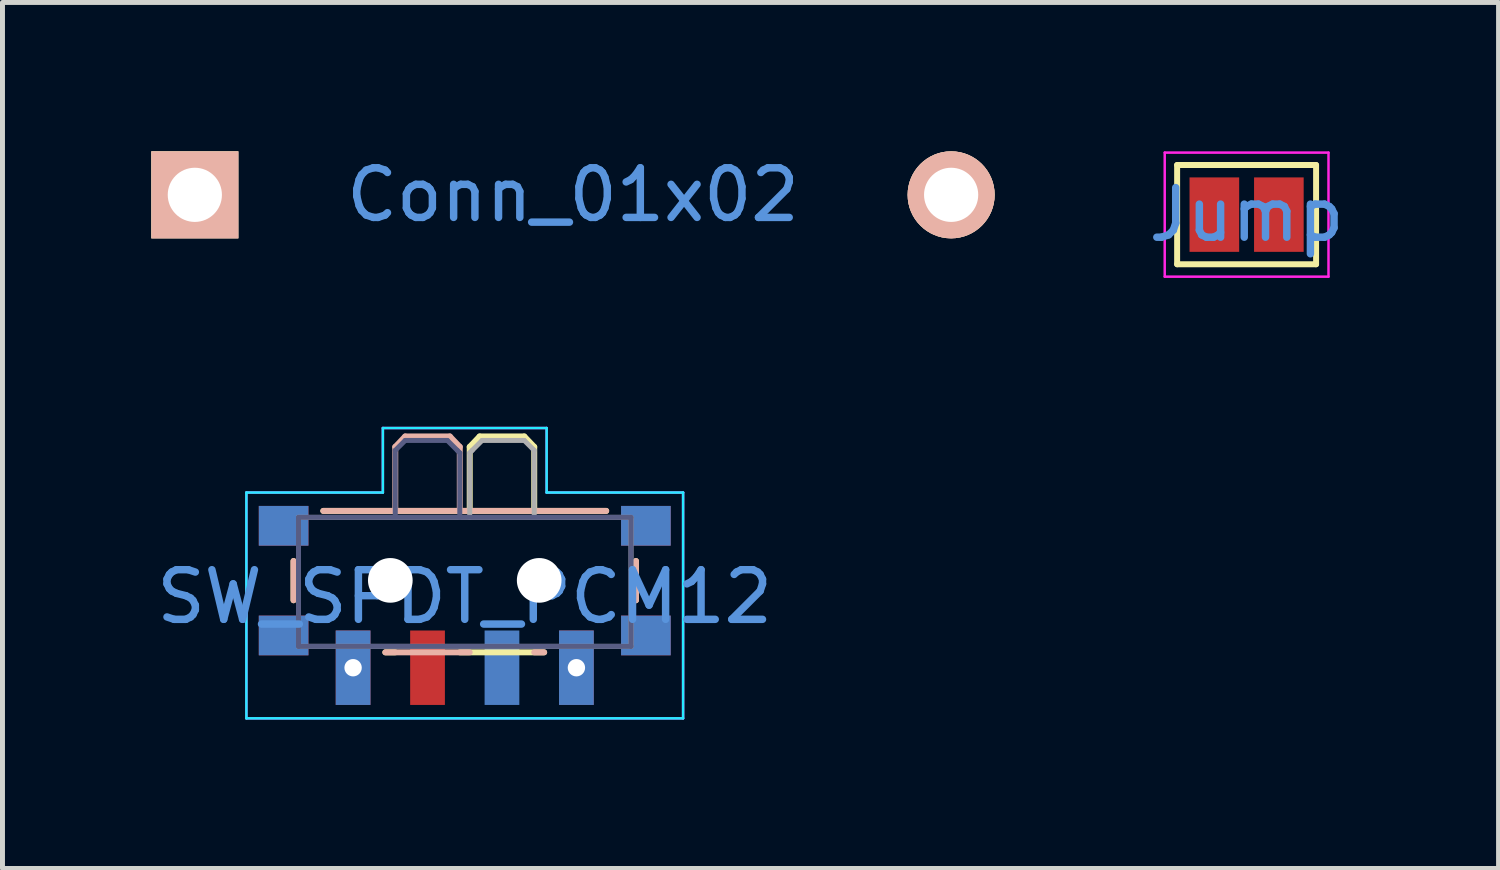
<source format=kicad_pcb>
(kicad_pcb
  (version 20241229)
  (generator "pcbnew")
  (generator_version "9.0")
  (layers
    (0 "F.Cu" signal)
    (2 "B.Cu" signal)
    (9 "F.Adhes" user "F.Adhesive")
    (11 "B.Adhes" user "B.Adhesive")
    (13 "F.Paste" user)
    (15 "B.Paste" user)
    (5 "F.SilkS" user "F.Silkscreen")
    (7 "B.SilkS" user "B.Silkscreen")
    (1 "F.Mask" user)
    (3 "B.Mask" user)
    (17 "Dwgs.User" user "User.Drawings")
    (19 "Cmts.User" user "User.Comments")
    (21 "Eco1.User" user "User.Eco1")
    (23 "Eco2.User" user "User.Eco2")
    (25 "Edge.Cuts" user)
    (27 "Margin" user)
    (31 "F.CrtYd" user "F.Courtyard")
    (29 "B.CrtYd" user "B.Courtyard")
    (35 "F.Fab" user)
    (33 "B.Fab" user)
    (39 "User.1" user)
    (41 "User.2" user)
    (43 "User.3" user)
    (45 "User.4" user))
  (footprint "SW_SPDT_PCM12"
    (layer "F.Cu")
    (at 6.315 8.975)
    (property "Reference" "SW_SPDT_PCM12" (at 0 0 0) (layer "Cmts.User") (effects (font (size 1 1) (thickness 0.15))))
    (attr smd)
    (fp_line (start -3.45 -0.72) (end -3.45 0.07) (stroke (width 0.12) (type solid)) (layer "F.SilkS"))
    (fp_line (start -1.4 1.12) (end -1.6 1.12) (stroke (width 0.12) (type solid)) (layer "F.SilkS"))
    (fp_line (start 0.1 -3.02) (end 0.1 -1.73) (stroke (width 0.12) (type solid)) (layer "F.SilkS"))
    (fp_line (start 0.1 -3.02) (end 0.3 -3.23) (stroke (width 0.12) (type solid)) (layer "F.SilkS"))
    (fp_line (start 1.2 -3.23) (end 0.3 -3.23) (stroke (width 0.12) (type solid)) (layer "F.SilkS"))
    (fp_line (start 1.4 -3.02) (end 1.2 -3.23) (stroke (width 0.12) (type solid)) (layer "F.SilkS"))
    (fp_line (start 1.4 -1.73) (end 1.4 -3.02) (stroke (width 0.12) (type solid)) (layer "F.SilkS"))
    (fp_line (start 1.6 1.12) (end -0.1 1.12) (stroke (width 0.12) (type solid)) (layer "F.SilkS"))
    (fp_line (start 2.85 -1.73) (end -2.85 -1.73) (stroke (width 0.12) (type solid)) (layer "F.SilkS"))
    (fp_line (start 3.45 0.07) (end 3.45 -0.72) (stroke (width 0.12) (type solid)) (layer "F.SilkS"))
    (fp_line (start -3.45 0.07) (end -3.45 -0.72) (stroke (width 0.12) (type solid)) (layer "B.SilkS"))
    (fp_line (start -2.85 -1.73) (end 2.85 -1.73) (stroke (width 0.12) (type solid)) (layer "B.SilkS"))
    (fp_line (start -1.6 1.12) (end 0.1 1.12) (stroke (width 0.12) (type solid)) (layer "B.SilkS"))
    (fp_line (start -1.4 -3.02) (end -1.2 -3.23) (stroke (width 0.12) (type solid)) (layer "B.SilkS"))
    (fp_line (start -1.4 -1.73) (end -1.4 -3.02) (stroke (width 0.12) (type solid)) (layer "B.SilkS"))
    (fp_line (start -1.2 -3.23) (end -0.3 -3.23) (stroke (width 0.12) (type solid)) (layer "B.SilkS"))
    (fp_line (start -0.1 -3.02) (end -0.3 -3.23) (stroke (width 0.12) (type solid)) (layer "B.SilkS"))
    (fp_line (start -0.1 -3.02) (end -0.1 -1.73) (stroke (width 0.12) (type solid)) (layer "B.SilkS"))
    (fp_line (start 1.4 1.12) (end 1.6 1.12) (stroke (width 0.12) (type solid)) (layer "B.SilkS"))
    (fp_line (start 3.45 -0.72) (end 3.45 0.07) (stroke (width 0.12) (type solid)) (layer "B.SilkS"))
    (fp_line (start -4.4 -2.1) (end -4.4 2.45) (stroke (width 0.05) (type solid)) (layer "B.CrtYd"))
    (fp_line (start -4.4 2.45) (end 4.4 2.45) (stroke (width 0.05) (type solid)) (layer "B.CrtYd"))
    (fp_line (start -1.65 -3.4) (end -1.65 -2.1) (stroke (width 0.05) (type solid)) (layer "B.CrtYd"))
    (fp_line (start -1.65 -2.1) (end -4.4 -2.1) (stroke (width 0.05) (type solid)) (layer "B.CrtYd"))
    (fp_line (start 1.65 -3.4) (end -1.65 -3.4) (stroke (width 0.05) (type solid)) (layer "B.CrtYd"))
    (fp_line (start 1.65 -2.1) (end 1.65 -3.4) (stroke (width 0.05) (type solid)) (layer "B.CrtYd"))
    (fp_line (start 4.4 -2.1) (end 1.65 -2.1) (stroke (width 0.05) (type solid)) (layer "B.CrtYd"))
    (fp_line (start 4.4 2.45) (end 4.4 -2.1) (stroke (width 0.05) (type solid)) (layer "B.CrtYd"))
    (fp_line (start -4.4 -2.1) (end -1.65 -2.1) (stroke (width 0.05) (type solid)) (layer "F.CrtYd"))
    (fp_line (start -4.4 2.45) (end -4.4 -2.1) (stroke (width 0.05) (type solid)) (layer "F.CrtYd"))
    (fp_line (start -1.65 -3.4) (end 1.65 -3.4) (stroke (width 0.05) (type solid)) (layer "F.CrtYd"))
    (fp_line (start -1.65 -2.1) (end -1.65 -3.4) (stroke (width 0.05) (type solid)) (layer "F.CrtYd"))
    (fp_line (start 1.65 -3.4) (end 1.65 -2.1) (stroke (width 0.05) (type solid)) (layer "F.CrtYd"))
    (fp_line (start 1.65 -2.1) (end 4.4 -2.1) (stroke (width 0.05) (type solid)) (layer "F.CrtYd"))
    (fp_line (start 4.4 -2.1) (end 4.4 2.45) (stroke (width 0.05) (type solid)) (layer "F.CrtYd"))
    (fp_line (start 4.4 2.45) (end -4.4 2.45) (stroke (width 0.05) (type solid)) (layer "F.CrtYd"))
    (fp_line (start -3.35 -1.6) (end 3.35 -1.6) (stroke (width 0.1) (type solid)) (layer "B.Fab"))
    (fp_line (start -3.35 1) (end -3.35 -1.6) (stroke (width 0.1) (type solid)) (layer "B.Fab"))
    (fp_line (start -1.4 -2.95) (end -1.2 -3.15) (stroke (width 0.1) (type solid)) (layer "B.Fab"))
    (fp_line (start -1.4 -1.65) (end -1.4 -2.95) (stroke (width 0.1) (type solid)) (layer "B.Fab"))
    (fp_line (start -1.2 -3.15) (end -0.35 -3.15) (stroke (width 0.1) (type solid)) (layer "B.Fab"))
    (fp_line (start -0.35 -3.15) (end -0.15 -2.95) (stroke (width 0.1) (type solid)) (layer "B.Fab"))
    (fp_line (start -0.15 -2.95) (end -0.1 -2.9) (stroke (width 0.1) (type solid)) (layer "B.Fab"))
    (fp_line (start -0.1 -2.9) (end -0.1 -1.6) (stroke (width 0.1) (type solid)) (layer "B.Fab"))
    (fp_line (start 3.35 -1.6) (end 3.35 1) (stroke (width 0.1) (type solid)) (layer "B.Fab"))
    (fp_line (start 3.35 1) (end -3.35 1) (stroke (width 0.1) (type solid)) (layer "B.Fab"))
    (fp_line (start -3.35 -1.6) (end -3.35 1) (stroke (width 0.1) (type solid)) (layer "F.Fab"))
    (fp_line (start -3.35 1) (end 3.35 1) (stroke (width 0.1) (type solid)) (layer "F.Fab"))
    (fp_line (start 0.1 -2.9) (end 0.1 -1.6) (stroke (width 0.1) (type solid)) (layer "F.Fab"))
    (fp_line (start 0.15 -2.95) (end 0.1 -2.9) (stroke (width 0.1) (type solid)) (layer "F.Fab"))
    (fp_line (start 0.35 -3.15) (end 0.15 -2.95) (stroke (width 0.1) (type solid)) (layer "F.Fab"))
    (fp_line (start 1.2 -3.15) (end 0.35 -3.15) (stroke (width 0.1) (type solid)) (layer "F.Fab"))
    (fp_line (start 1.4 -2.95) (end 1.2 -3.15) (stroke (width 0.1) (type solid)) (layer "F.Fab"))
    (fp_line (start 1.4 -1.65) (end 1.4 -2.95) (stroke (width 0.1) (type solid)) (layer "F.Fab"))
    (fp_line (start 3.35 -1.6) (end -3.35 -1.6) (stroke (width 0.1) (type solid)) (layer "F.Fab"))
    (fp_line (start 3.35 1) (end 3.35 -1.6) (stroke (width 0.1) (type solid)) (layer "F.Fab"))
    (pad "" smd rect (at -3.65 -1.43 180) (size 1 0.8) (layers "F.Cu" "F.Mask" "F.Paste"))
    (pad "" smd rect (at -3.65 -1.43) (size 1 0.8) (layers "B.Cu" "B.Mask" "B.Paste"))
    (pad "" smd rect (at -3.65 0.78 180) (size 1 0.8) (layers "F.Cu" "F.Mask" "F.Paste"))
    (pad "" smd rect (at -3.65 0.78) (size 1 0.8) (layers "B.Cu" "B.Mask" "B.Paste"))
    (pad "" np_thru_hole circle (at -1.5 -0.33 180) (size 0.9 0.9) (drill 0.9) (layers "*.Cu" "*.Mask"))
    (pad "" np_thru_hole circle (at 1.5 -0.33 180) (size 0.9 0.9) (drill 0.9) (layers "*.Cu" "*.Mask"))
    (pad "" smd rect (at 3.65 -1.43 180) (size 1 0.8) (layers "F.Cu" "F.Mask" "F.Paste"))
    (pad "" smd rect (at 3.65 -1.43) (size 1 0.8) (layers "B.Cu" "B.Mask" "B.Paste"))
    (pad "" smd rect (at 3.65 0.78 180) (size 1 0.8) (layers "F.Cu" "F.Mask" "F.Paste"))
    (pad "" smd rect (at 3.65 0.78) (size 1 0.8) (layers "B.Cu" "B.Mask" "B.Paste"))
    (pad "1" thru_hole rect (at 2.25 1.43 180) (size 0.7 1.5) (drill 0.35) (layers "*.Cu" "*.Paste" "*.Mask"))
    (pad "2" smd rect (at -0.75 1.43 180) (size 0.7 1.5) (layers "F.Cu" "F.Mask" "F.Paste"))
    (pad "2" smd rect (at 0.75 1.43) (size 0.7 1.5) (layers "B.Cu" "B.Mask" "B.Paste"))
    (pad "3" thru_hole rect (at -2.25 1.43 180) (size 0.7 1.5) (drill 0.35) (layers "*.Cu" "*.Paste" "*.Mask")))
  (footprint "Jump"
    (layer "F.Cu")
    (at 22.07 1.275)
    (property "Reference" "Jump" (at 0 0 0) (layer "Cmts.User") (effects (font (size 1 1) (thickness 0.15))))
    (attr through_hole)
    (fp_line (start -1.4 -1) (end 1.4 -1) (stroke (width 0.12) (type solid)) (layer "F.SilkS"))
    (fp_line (start -1.4 1) (end -1.4 -1) (stroke (width 0.12) (type solid)) (layer "F.SilkS"))
    (fp_line (start 1.4 -1) (end 1.4 1) (stroke (width 0.12) (type solid)) (layer "F.SilkS"))
    (fp_line (start 1.4 1) (end -1.4 1) (stroke (width 0.12) (type solid)) (layer "F.SilkS"))
    (fp_line (start -1.65 -1.25) (end -1.65 1.25) (stroke (width 0.05) (type solid)) (layer "F.CrtYd"))
    (fp_line (start -1.65 -1.25) (end 1.65 -1.25) (stroke (width 0.05) (type solid)) (layer "F.CrtYd"))
    (fp_line (start 1.65 1.25) (end -1.65 1.25) (stroke (width 0.05) (type solid)) (layer "F.CrtYd"))
    (fp_line (start 1.65 1.25) (end 1.65 -1.25) (stroke (width 0.05) (type solid)) (layer "F.CrtYd"))
    (pad "1" smd rect (at -0.65 0) (size 1 1.5) (layers "F.Cu" "F.Mask"))
    (pad "2" smd rect (at 0.65 0) (size 1 1.5) (layers "F.Cu" "F.Mask")))
  (footprint "Conn_01x02"
    (layer "F.Cu")
    (at 8.496 0.876)
    (property "Reference" "Conn_01x02" (at 0 0 0) (layer "Cmts.User") (effects (font (size 1 1) (thickness 0.15))))
    (attr through_hole)
    (pad "1" thru_hole rect (at -7.62 0 270) (size 1.753 1.753) (drill 1.092) (layers "*.Cu" "*.SilkS" "*.Mask"))
    (pad "2" thru_hole circle (at 7.62 0 270) (size 1.753 1.753) (drill 1.092) (layers "*.Cu" "*.SilkS" "*.Mask")))
  (gr_rect
    (start -3 -3)
    (end 27.147 14.45)
    (stroke (width 0.1) (type default))
    (fill no)
    (layer "Edge.Cuts")))
</source>
